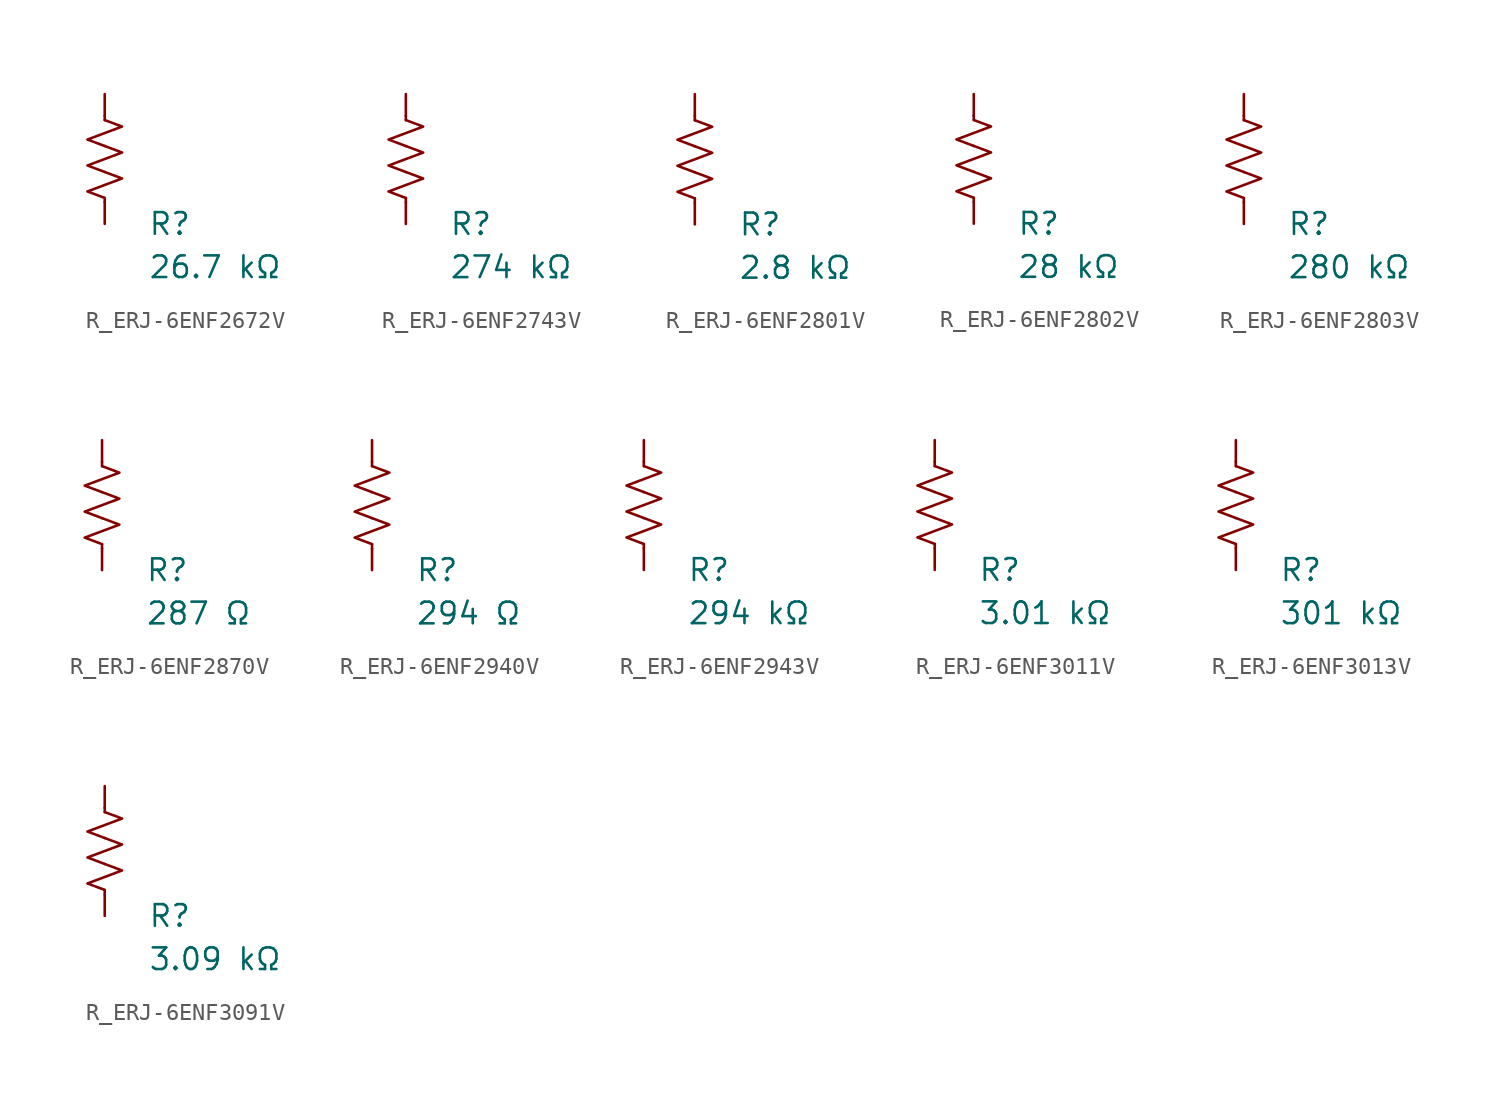
<source format=kicad_sym>
(kicad_symbol_lib
  (version 20231120)
  (generator "kicad_symbol_editor")
  (generator_version "8.0")
  (symbol "R_ERJ-6ENF2672V"
    (pin_numbers hide)
    (pin_names
      (offset 0))
    (property "Reference" "R"
      (at 2.54 -3.81 0)
      (effects (font (size 1.27 1.27)) (justify left))
      (show_name no))
    (property "Value" "26.7 kΩ"
      (at 2.54 -6.35 0)
      (effects (font (size 1.27 1.27)) (justify left))
      (show_name no))
    (symbol "R_ERJ-6ENF2672V_0_1"
      (polyline (pts (xy 0 -2.286) (xy 0 -2.54)) (stroke (width 0) (type default)) (fill (type none)))
      (polyline (pts (xy 0 2.286) (xy 0 2.54)) (stroke (width 0) (type default)) (fill (type none)))
      (polyline (pts (xy 0 -0.762) (xy 1.016 -1.143) (xy 0 -1.524) (xy -1.016 -1.905) (xy 0 -2.286)) (stroke (width 0) (type default)) (fill (type none)))
      (polyline (pts (xy 0 0.762) (xy 1.016 0.381) (xy 0 0) (xy -1.016 -0.381) (xy 0 -0.762)) (stroke (width 0) (type default)) (fill (type none)))
      (polyline (pts (xy 0 2.286) (xy 1.016 1.905) (xy 0 1.524) (xy -1.016 1.143) (xy 0 0.762)) (stroke (width 0) (type default)) (fill (type none))))
    (symbol "R_ERJ-6ENF2672V_1_1"
      (pin passive line (at 0 3.81 270) (length 1.27) (name "~" (effects (font (size 1.27 1.27)))) (number "1" (effects (font (size 1.27 1.27)))))
      (pin passive line (at 0 -3.81 90) (length 1.27) (name "~" (effects (font (size 1.27 1.27)))) (number "2" (effects (font (size 1.27 1.27)))))))
  (symbol "R_ERJ-6ENF2743V"
    (pin_numbers hide)
    (pin_names
      (offset 0))
    (property "Reference" "R"
      (at 2.54 -3.81 0)
      (effects (font (size 1.27 1.27)) (justify left))
      (show_name no))
    (property "Value" "274 kΩ"
      (at 2.54 -6.35 0)
      (effects (font (size 1.27 1.27)) (justify left))
      (show_name no))
    (symbol "R_ERJ-6ENF2743V_0_1"
      (polyline (pts (xy 0 -2.286) (xy 0 -2.54)) (stroke (width 0) (type default)) (fill (type none)))
      (polyline (pts (xy 0 2.286) (xy 0 2.54)) (stroke (width 0) (type default)) (fill (type none)))
      (polyline (pts (xy 0 -0.762) (xy 1.016 -1.143) (xy 0 -1.524) (xy -1.016 -1.905) (xy 0 -2.286)) (stroke (width 0) (type default)) (fill (type none)))
      (polyline (pts (xy 0 0.762) (xy 1.016 0.381) (xy 0 0) (xy -1.016 -0.381) (xy 0 -0.762)) (stroke (width 0) (type default)) (fill (type none)))
      (polyline (pts (xy 0 2.286) (xy 1.016 1.905) (xy 0 1.524) (xy -1.016 1.143) (xy 0 0.762)) (stroke (width 0) (type default)) (fill (type none))))
    (symbol "R_ERJ-6ENF2743V_1_1"
      (pin passive line (at 0 3.81 270) (length 1.27) (name "~" (effects (font (size 1.27 1.27)))) (number "1" (effects (font (size 1.27 1.27)))))
      (pin passive line (at 0 -3.81 90) (length 1.27) (name "~" (effects (font (size 1.27 1.27)))) (number "2" (effects (font (size 1.27 1.27)))))))
  (symbol "R_ERJ-6ENF2801V"
    (pin_numbers hide)
    (pin_names
      (offset 0))
    (property "Reference" "R"
      (at 2.54 -3.81 0)
      (effects (font (size 1.27 1.27)) (justify left))
      (show_name no))
    (property "Value" "2.8 kΩ"
      (at 2.54 -6.35 0)
      (effects (font (size 1.27 1.27)) (justify left))
      (show_name no))
    (symbol "R_ERJ-6ENF2801V_0_1"
      (polyline (pts (xy 0 -2.286) (xy 0 -2.54)) (stroke (width 0) (type default)) (fill (type none)))
      (polyline (pts (xy 0 2.286) (xy 0 2.54)) (stroke (width 0) (type default)) (fill (type none)))
      (polyline (pts (xy 0 -0.762) (xy 1.016 -1.143) (xy 0 -1.524) (xy -1.016 -1.905) (xy 0 -2.286)) (stroke (width 0) (type default)) (fill (type none)))
      (polyline (pts (xy 0 0.762) (xy 1.016 0.381) (xy 0 0) (xy -1.016 -0.381) (xy 0 -0.762)) (stroke (width 0) (type default)) (fill (type none)))
      (polyline (pts (xy 0 2.286) (xy 1.016 1.905) (xy 0 1.524) (xy -1.016 1.143) (xy 0 0.762)) (stroke (width 0) (type default)) (fill (type none))))
    (symbol "R_ERJ-6ENF2801V_1_1"
      (pin passive line (at 0 3.81 270) (length 1.27) (name "~" (effects (font (size 1.27 1.27)))) (number "1" (effects (font (size 1.27 1.27)))))
      (pin passive line (at 0 -3.81 90) (length 1.27) (name "~" (effects (font (size 1.27 1.27)))) (number "2" (effects (font (size 1.27 1.27)))))))
  (symbol "R_ERJ-6ENF2802V"
    (pin_numbers hide)
    (pin_names
      (offset 0))
    (property "Reference" "R"
      (at 2.54 -3.81 0)
      (effects (font (size 1.27 1.27)) (justify left))
      (show_name no))
    (property "Value" "28 kΩ"
      (at 2.54 -6.35 0)
      (effects (font (size 1.27 1.27)) (justify left))
      (show_name no))
    (symbol "R_ERJ-6ENF2802V_0_1"
      (polyline (pts (xy 0 -2.286) (xy 0 -2.54)) (stroke (width 0) (type default)) (fill (type none)))
      (polyline (pts (xy 0 2.286) (xy 0 2.54)) (stroke (width 0) (type default)) (fill (type none)))
      (polyline (pts (xy 0 -0.762) (xy 1.016 -1.143) (xy 0 -1.524) (xy -1.016 -1.905) (xy 0 -2.286)) (stroke (width 0) (type default)) (fill (type none)))
      (polyline (pts (xy 0 0.762) (xy 1.016 0.381) (xy 0 0) (xy -1.016 -0.381) (xy 0 -0.762)) (stroke (width 0) (type default)) (fill (type none)))
      (polyline (pts (xy 0 2.286) (xy 1.016 1.905) (xy 0 1.524) (xy -1.016 1.143) (xy 0 0.762)) (stroke (width 0) (type default)) (fill (type none))))
    (symbol "R_ERJ-6ENF2802V_1_1"
      (pin passive line (at 0 3.81 270) (length 1.27) (name "~" (effects (font (size 1.27 1.27)))) (number "1" (effects (font (size 1.27 1.27)))))
      (pin passive line (at 0 -3.81 90) (length 1.27) (name "~" (effects (font (size 1.27 1.27)))) (number "2" (effects (font (size 1.27 1.27)))))))
  (symbol "R_ERJ-6ENF2803V"
    (pin_numbers hide)
    (pin_names
      (offset 0))
    (property "Reference" "R"
      (at 2.54 -3.81 0)
      (effects (font (size 1.27 1.27)) (justify left))
      (show_name no))
    (property "Value" "280 kΩ"
      (at 2.54 -6.35 0)
      (effects (font (size 1.27 1.27)) (justify left))
      (show_name no))
    (symbol "R_ERJ-6ENF2803V_0_1"
      (polyline (pts (xy 0 -2.286) (xy 0 -2.54)) (stroke (width 0) (type default)) (fill (type none)))
      (polyline (pts (xy 0 2.286) (xy 0 2.54)) (stroke (width 0) (type default)) (fill (type none)))
      (polyline (pts (xy 0 -0.762) (xy 1.016 -1.143) (xy 0 -1.524) (xy -1.016 -1.905) (xy 0 -2.286)) (stroke (width 0) (type default)) (fill (type none)))
      (polyline (pts (xy 0 0.762) (xy 1.016 0.381) (xy 0 0) (xy -1.016 -0.381) (xy 0 -0.762)) (stroke (width 0) (type default)) (fill (type none)))
      (polyline (pts (xy 0 2.286) (xy 1.016 1.905) (xy 0 1.524) (xy -1.016 1.143) (xy 0 0.762)) (stroke (width 0) (type default)) (fill (type none))))
    (symbol "R_ERJ-6ENF2803V_1_1"
      (pin passive line (at 0 3.81 270) (length 1.27) (name "~" (effects (font (size 1.27 1.27)))) (number "1" (effects (font (size 1.27 1.27)))))
      (pin passive line (at 0 -3.81 90) (length 1.27) (name "~" (effects (font (size 1.27 1.27)))) (number "2" (effects (font (size 1.27 1.27)))))))
  (symbol "R_ERJ-6ENF2870V"
    (pin_numbers hide)
    (pin_names
      (offset 0))
    (property "Reference" "R"
      (at 2.54 -3.81 0)
      (effects (font (size 1.27 1.27)) (justify left))
      (show_name no))
    (property "Value" "287 Ω"
      (at 2.54 -6.35 0)
      (effects (font (size 1.27 1.27)) (justify left))
      (show_name no))
    (symbol "R_ERJ-6ENF2870V_0_1"
      (polyline (pts (xy 0 -2.286) (xy 0 -2.54)) (stroke (width 0) (type default)) (fill (type none)))
      (polyline (pts (xy 0 2.286) (xy 0 2.54)) (stroke (width 0) (type default)) (fill (type none)))
      (polyline (pts (xy 0 -0.762) (xy 1.016 -1.143) (xy 0 -1.524) (xy -1.016 -1.905) (xy 0 -2.286)) (stroke (width 0) (type default)) (fill (type none)))
      (polyline (pts (xy 0 0.762) (xy 1.016 0.381) (xy 0 0) (xy -1.016 -0.381) (xy 0 -0.762)) (stroke (width 0) (type default)) (fill (type none)))
      (polyline (pts (xy 0 2.286) (xy 1.016 1.905) (xy 0 1.524) (xy -1.016 1.143) (xy 0 0.762)) (stroke (width 0) (type default)) (fill (type none))))
    (symbol "R_ERJ-6ENF2870V_1_1"
      (pin passive line (at 0 3.81 270) (length 1.27) (name "~" (effects (font (size 1.27 1.27)))) (number "1" (effects (font (size 1.27 1.27)))))
      (pin passive line (at 0 -3.81 90) (length 1.27) (name "~" (effects (font (size 1.27 1.27)))) (number "2" (effects (font (size 1.27 1.27)))))))
  (symbol "R_ERJ-6ENF2940V"
    (pin_numbers hide)
    (pin_names
      (offset 0))
    (property "Reference" "R"
      (at 2.54 -3.81 0)
      (effects (font (size 1.27 1.27)) (justify left))
      (show_name no))
    (property "Value" "294 Ω"
      (at 2.54 -6.35 0)
      (effects (font (size 1.27 1.27)) (justify left))
      (show_name no))
    (symbol "R_ERJ-6ENF2940V_0_1"
      (polyline (pts (xy 0 -2.286) (xy 0 -2.54)) (stroke (width 0) (type default)) (fill (type none)))
      (polyline (pts (xy 0 2.286) (xy 0 2.54)) (stroke (width 0) (type default)) (fill (type none)))
      (polyline (pts (xy 0 -0.762) (xy 1.016 -1.143) (xy 0 -1.524) (xy -1.016 -1.905) (xy 0 -2.286)) (stroke (width 0) (type default)) (fill (type none)))
      (polyline (pts (xy 0 0.762) (xy 1.016 0.381) (xy 0 0) (xy -1.016 -0.381) (xy 0 -0.762)) (stroke (width 0) (type default)) (fill (type none)))
      (polyline (pts (xy 0 2.286) (xy 1.016 1.905) (xy 0 1.524) (xy -1.016 1.143) (xy 0 0.762)) (stroke (width 0) (type default)) (fill (type none))))
    (symbol "R_ERJ-6ENF2940V_1_1"
      (pin passive line (at 0 3.81 270) (length 1.27) (name "~" (effects (font (size 1.27 1.27)))) (number "1" (effects (font (size 1.27 1.27)))))
      (pin passive line (at 0 -3.81 90) (length 1.27) (name "~" (effects (font (size 1.27 1.27)))) (number "2" (effects (font (size 1.27 1.27)))))))
  (symbol "R_ERJ-6ENF2943V"
    (pin_numbers hide)
    (pin_names
      (offset 0))
    (property "Reference" "R"
      (at 2.54 -3.81 0)
      (effects (font (size 1.27 1.27)) (justify left))
      (show_name no))
    (property "Value" "294 kΩ"
      (at 2.54 -6.35 0)
      (effects (font (size 1.27 1.27)) (justify left))
      (show_name no))
    (symbol "R_ERJ-6ENF2943V_0_1"
      (polyline (pts (xy 0 -2.286) (xy 0 -2.54)) (stroke (width 0) (type default)) (fill (type none)))
      (polyline (pts (xy 0 2.286) (xy 0 2.54)) (stroke (width 0) (type default)) (fill (type none)))
      (polyline (pts (xy 0 -0.762) (xy 1.016 -1.143) (xy 0 -1.524) (xy -1.016 -1.905) (xy 0 -2.286)) (stroke (width 0) (type default)) (fill (type none)))
      (polyline (pts (xy 0 0.762) (xy 1.016 0.381) (xy 0 0) (xy -1.016 -0.381) (xy 0 -0.762)) (stroke (width 0) (type default)) (fill (type none)))
      (polyline (pts (xy 0 2.286) (xy 1.016 1.905) (xy 0 1.524) (xy -1.016 1.143) (xy 0 0.762)) (stroke (width 0) (type default)) (fill (type none))))
    (symbol "R_ERJ-6ENF2943V_1_1"
      (pin passive line (at 0 3.81 270) (length 1.27) (name "~" (effects (font (size 1.27 1.27)))) (number "1" (effects (font (size 1.27 1.27)))))
      (pin passive line (at 0 -3.81 90) (length 1.27) (name "~" (effects (font (size 1.27 1.27)))) (number "2" (effects (font (size 1.27 1.27)))))))
  (symbol "R_ERJ-6ENF3011V"
    (pin_numbers hide)
    (pin_names
      (offset 0))
    (property "Reference" "R"
      (at 2.54 -3.81 0)
      (effects (font (size 1.27 1.27)) (justify left))
      (show_name no))
    (property "Value" "3.01 kΩ"
      (at 2.54 -6.35 0)
      (effects (font (size 1.27 1.27)) (justify left))
      (show_name no))
    (symbol "R_ERJ-6ENF3011V_0_1"
      (polyline (pts (xy 0 -2.286) (xy 0 -2.54)) (stroke (width 0) (type default)) (fill (type none)))
      (polyline (pts (xy 0 2.286) (xy 0 2.54)) (stroke (width 0) (type default)) (fill (type none)))
      (polyline (pts (xy 0 -0.762) (xy 1.016 -1.143) (xy 0 -1.524) (xy -1.016 -1.905) (xy 0 -2.286)) (stroke (width 0) (type default)) (fill (type none)))
      (polyline (pts (xy 0 0.762) (xy 1.016 0.381) (xy 0 0) (xy -1.016 -0.381) (xy 0 -0.762)) (stroke (width 0) (type default)) (fill (type none)))
      (polyline (pts (xy 0 2.286) (xy 1.016 1.905) (xy 0 1.524) (xy -1.016 1.143) (xy 0 0.762)) (stroke (width 0) (type default)) (fill (type none))))
    (symbol "R_ERJ-6ENF3011V_1_1"
      (pin passive line (at 0 3.81 270) (length 1.27) (name "~" (effects (font (size 1.27 1.27)))) (number "1" (effects (font (size 1.27 1.27)))))
      (pin passive line (at 0 -3.81 90) (length 1.27) (name "~" (effects (font (size 1.27 1.27)))) (number "2" (effects (font (size 1.27 1.27)))))))
  (symbol "R_ERJ-6ENF3013V"
    (pin_numbers hide)
    (pin_names
      (offset 0))
    (property "Reference" "R"
      (at 2.54 -3.81 0)
      (effects (font (size 1.27 1.27)) (justify left))
      (show_name no))
    (property "Value" "301 kΩ"
      (at 2.54 -6.35 0)
      (effects (font (size 1.27 1.27)) (justify left))
      (show_name no))
    (symbol "R_ERJ-6ENF3013V_0_1"
      (polyline (pts (xy 0 -2.286) (xy 0 -2.54)) (stroke (width 0) (type default)) (fill (type none)))
      (polyline (pts (xy 0 2.286) (xy 0 2.54)) (stroke (width 0) (type default)) (fill (type none)))
      (polyline (pts (xy 0 -0.762) (xy 1.016 -1.143) (xy 0 -1.524) (xy -1.016 -1.905) (xy 0 -2.286)) (stroke (width 0) (type default)) (fill (type none)))
      (polyline (pts (xy 0 0.762) (xy 1.016 0.381) (xy 0 0) (xy -1.016 -0.381) (xy 0 -0.762)) (stroke (width 0) (type default)) (fill (type none)))
      (polyline (pts (xy 0 2.286) (xy 1.016 1.905) (xy 0 1.524) (xy -1.016 1.143) (xy 0 0.762)) (stroke (width 0) (type default)) (fill (type none))))
    (symbol "R_ERJ-6ENF3013V_1_1"
      (pin passive line (at 0 3.81 270) (length 1.27) (name "~" (effects (font (size 1.27 1.27)))) (number "1" (effects (font (size 1.27 1.27)))))
      (pin passive line (at 0 -3.81 90) (length 1.27) (name "~" (effects (font (size 1.27 1.27)))) (number "2" (effects (font (size 1.27 1.27)))))))
  (symbol "R_ERJ-6ENF3091V"
    (pin_numbers hide)
    (pin_names
      (offset 0))
    (property "Reference" "R"
      (at 2.54 -3.81 0)
      (effects (font (size 1.27 1.27)) (justify left))
      (show_name no))
    (property "Value" "3.09 kΩ"
      (at 2.54 -6.35 0)
      (effects (font (size 1.27 1.27)) (justify left))
      (show_name no))
    (symbol "R_ERJ-6ENF3091V_0_1"
      (polyline (pts (xy 0 -2.286) (xy 0 -2.54)) (stroke (width 0) (type default)) (fill (type none)))
      (polyline (pts (xy 0 2.286) (xy 0 2.54)) (stroke (width 0) (type default)) (fill (type none)))
      (polyline (pts (xy 0 -0.762) (xy 1.016 -1.143) (xy 0 -1.524) (xy -1.016 -1.905) (xy 0 -2.286)) (stroke (width 0) (type default)) (fill (type none)))
      (polyline (pts (xy 0 0.762) (xy 1.016 0.381) (xy 0 0) (xy -1.016 -0.381) (xy 0 -0.762)) (stroke (width 0) (type default)) (fill (type none)))
      (polyline (pts (xy 0 2.286) (xy 1.016 1.905) (xy 0 1.524) (xy -1.016 1.143) (xy 0 0.762)) (stroke (width 0) (type default)) (fill (type none))))
    (symbol "R_ERJ-6ENF3091V_1_1"
      (pin passive line (at 0 3.81 270) (length 1.27) (name "~" (effects (font (size 1.27 1.27)))) (number "1" (effects (font (size 1.27 1.27)))))
      (pin passive line (at 0 -3.81 90) (length 1.27) (name "~" (effects (font (size 1.27 1.27)))) (number "2" (effects (font (size 1.27 1.27))))))))
</source>
